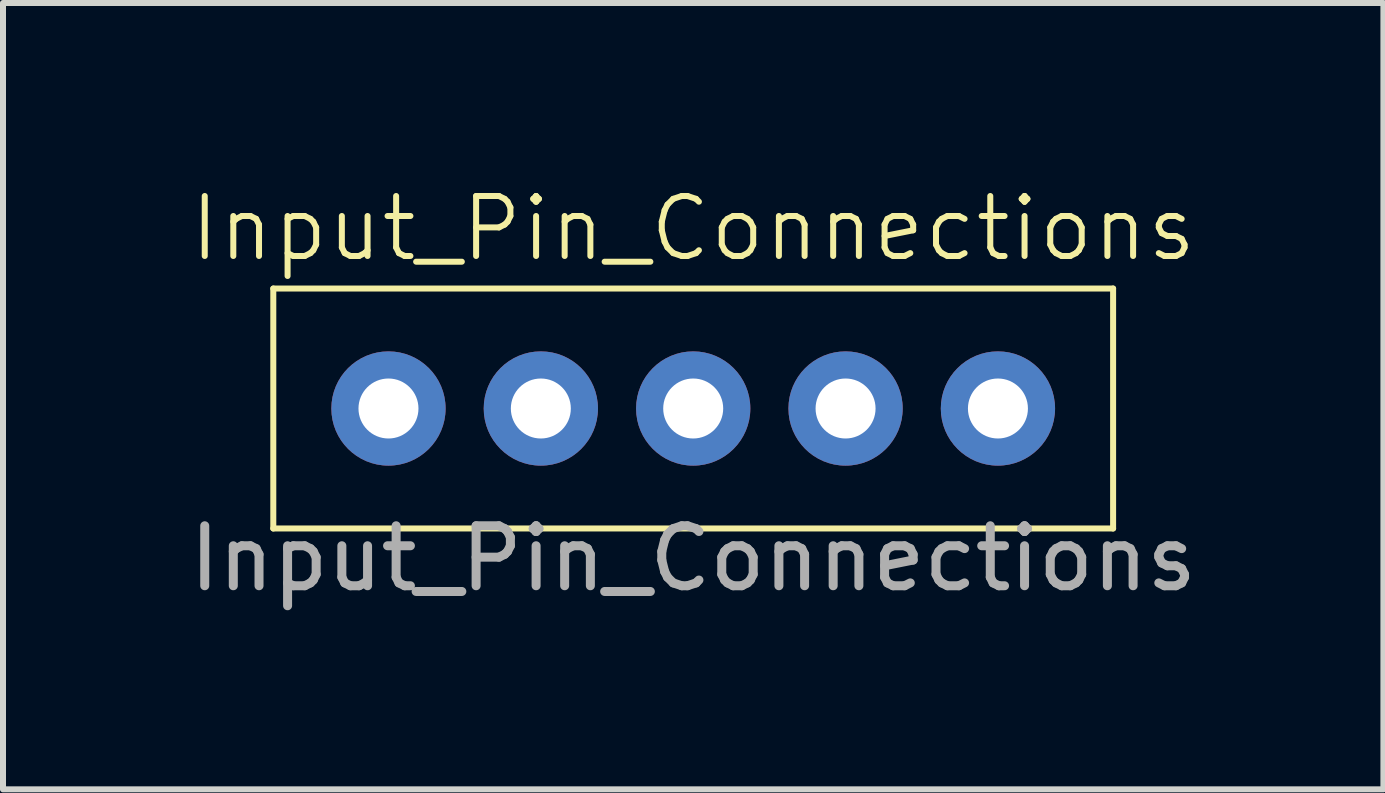
<source format=kicad_pcb>
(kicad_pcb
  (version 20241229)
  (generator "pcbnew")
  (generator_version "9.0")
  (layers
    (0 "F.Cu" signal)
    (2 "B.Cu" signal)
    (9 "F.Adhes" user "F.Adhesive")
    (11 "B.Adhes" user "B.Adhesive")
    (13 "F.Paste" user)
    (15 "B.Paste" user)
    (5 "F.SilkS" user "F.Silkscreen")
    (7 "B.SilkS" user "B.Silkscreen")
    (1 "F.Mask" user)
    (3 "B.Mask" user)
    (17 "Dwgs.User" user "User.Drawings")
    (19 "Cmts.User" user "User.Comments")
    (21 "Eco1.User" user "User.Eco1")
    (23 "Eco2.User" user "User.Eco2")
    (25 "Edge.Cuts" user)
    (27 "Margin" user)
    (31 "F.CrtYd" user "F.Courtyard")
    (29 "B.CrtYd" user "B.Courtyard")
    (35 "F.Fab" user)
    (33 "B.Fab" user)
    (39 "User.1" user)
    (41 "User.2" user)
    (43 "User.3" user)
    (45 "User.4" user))
  (footprint "Input_Pin_Connections"
    (layer "F.Cu")
    (at 8.506 3.76)
    (property "Reference" "Input_Pin_Connections" (at 0 -3 0) (unlocked yes) (layer "F.SilkS") (effects (font (size 1 1) (thickness 0.1))))
    (attr smd)
    (fp_line (start -7 -2) (end 7 -2) (stroke (width 0.1) (type default)) (layer "F.SilkS"))
    (fp_line (start -7 2) (end -7 -2) (stroke (width 0.1) (type default)) (layer "F.SilkS"))
    (fp_line (start 7 -2) (end 7 2) (stroke (width 0.1) (type default)) (layer "F.SilkS"))
    (fp_line (start 7 2) (end -7 2) (stroke (width 0.1) (type default)) (layer "F.SilkS"))
    (fp_text user "${REFERENCE}" (at 0 2.5 0) (unlocked yes) (layer "F.Fab") (effects (font (size 1 1) (thickness 0.15))))
    (pad "1" thru_hole circle (at 5.08 0 180) (size 1.905 1.905) (drill 1) (layers "*.Cu" "*.Mask"))
    (pad "2" thru_hole circle (at 2.54 0 180) (size 1.905 1.905) (drill 1) (layers "*.Cu" "*.Mask"))
    (pad "3" thru_hole circle (at 0 0 180) (size 1.905 1.905) (drill 1) (layers "*.Cu" "*.Mask"))
    (pad "4" thru_hole circle (at -2.54 0 180) (size 1.905 1.905) (drill 1) (layers "*.Cu" "*.Mask"))
    (pad "5" thru_hole circle (at -5.08 0 180) (size 1.905 1.905) (drill 1) (layers "*.Cu" "*.Mask"))
    (zone (net_name "") (layer "F.SilkS") (hatch edge 0.5) (connect_pads) (min_thickness 0.25) (filled_areas_thickness no) (keepout (tracks allowed) (vias allowed) (pads allowed) (copperpour not_allowed) (footprints allowed)) (placement (enabled no)) (fill) (polygon (pts (xy 1.506 1.76) (xy 15.506 1.76) (xy 15.506 5.761) (xy 1.506 5.761)))))
  (gr_rect
    (start -3 -3)
    (end 20.012 10.109)
    (stroke (width 0.1) (type default))
    (fill no)
    (layer "Edge.Cuts")))
</source>
